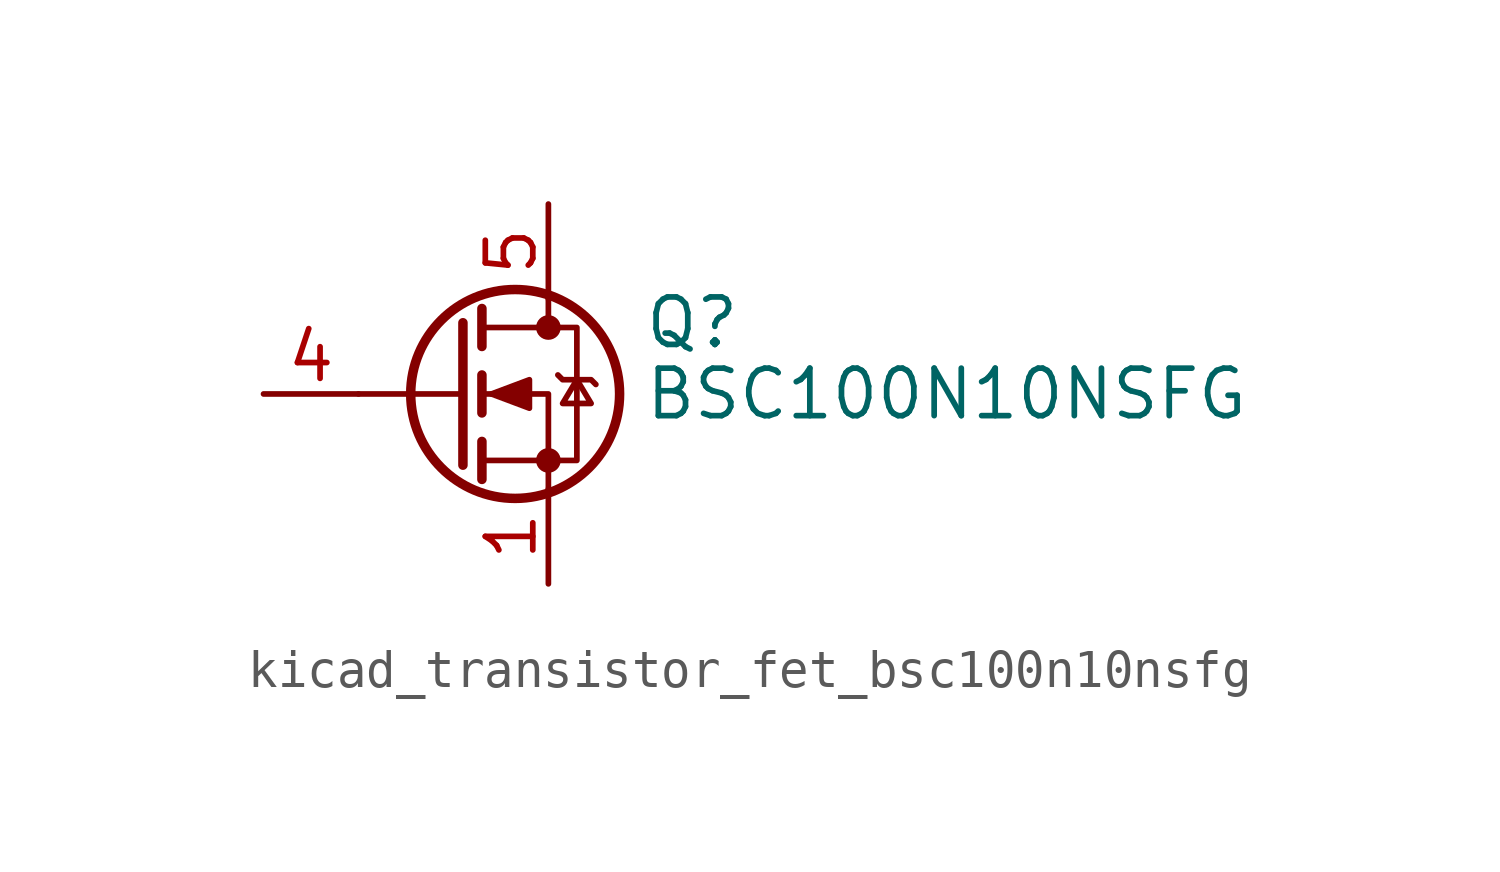
<source format=kicad_sym>
(kicad_symbol_lib
  (version 20220914)
  (generator kicad_symbol_editor)
  (symbol "kicad_transistor_fet_bsc100n10nsfg"
    (pin_names hide)
    (property "Reference" "Q"
      (at 5.08 1.905 0)
      (effects (font (size 1.27 1.27)) (justify left)))
    (property "Value" "BSC100N10NSFG"
      (at 5.08 0 0)
      (effects (font (size 1.27 1.27)) (justify left)))
    (symbol "kicad_transistor_fet_bsc100n10nsfg_0_1"
      (polyline (pts (xy 0.254 0) (xy -2.54 0)) (stroke (width 0) (type default)) (fill (type none)))
      (polyline (pts (xy 0.254 1.905) (xy 0.254 -1.905)) (stroke (width 0.254) (type default)) (fill (type none)))
      (polyline (pts (xy 0.762 -1.27) (xy 0.762 -2.286)) (stroke (width 0.254) (type default)) (fill (type none)))
      (polyline (pts (xy 0.762 0.508) (xy 0.762 -0.508)) (stroke (width 0.254) (type default)) (fill (type none)))
      (polyline (pts (xy 0.762 2.286) (xy 0.762 1.27)) (stroke (width 0.254) (type default)) (fill (type none)))
      (polyline (pts (xy 2.54 2.54) (xy 2.54 1.778)) (stroke (width 0) (type default)) (fill (type none)))
      (polyline (pts (xy 2.54 -2.54) (xy 2.54 0) (xy 0.762 0)) (stroke (width 0) (type default)) (fill (type none)))
      (polyline (pts (xy 0.762 -1.778) (xy 3.302 -1.778) (xy 3.302 1.778) (xy 0.762 1.778)) (stroke (width 0) (type default)) (fill (type none)))
      (polyline (pts (xy 1.016 0) (xy 2.032 0.381) (xy 2.032 -0.381) (xy 1.016 0)) (stroke (width 0) (type default)) (fill (type outline)))
      (polyline (pts (xy 2.794 0.508) (xy 2.921 0.381) (xy 3.683 0.381) (xy 3.81 0.254)) (stroke (width 0) (type default)) (fill (type none)))
      (polyline (pts (xy 3.302 0.381) (xy 2.921 -0.254) (xy 3.683 -0.254) (xy 3.302 0.381)) (stroke (width 0) (type default)) (fill (type none)))
      (circle (center 1.651 0) (radius 2.794) (stroke (width 0.254) (type default)) (fill (type none)))
      (circle (center 2.54 -1.778) (radius 0.254) (stroke (width 0) (type default)) (fill (type outline)))
      (circle (center 2.54 1.778) (radius 0.254) (stroke (width 0) (type default)) (fill (type outline))))
    (symbol "kicad_transistor_fet_bsc100n10nsfg_1_1"
      (pin passive line (at 2.54 -5.08 90) (length 2.54) (name "S" (effects (font (size 1.27 1.27)))) (number "1" (effects (font (size 1.27 1.27)))))
      (pin passive line (at 2.54 -5.08 90) (length 2.54) hide (name "S" (effects (font (size 1.27 1.27)))) (number "2" (effects (font (size 1.27 1.27)))))
      (pin passive line (at 2.54 -5.08 90) (length 2.54) hide (name "S" (effects (font (size 1.27 1.27)))) (number "3" (effects (font (size 1.27 1.27)))))
      (pin passive line (at -5.08 0 0) (length 2.54) (name "G" (effects (font (size 1.27 1.27)))) (number "4" (effects (font (size 1.27 1.27)))))
      (pin passive line (at 2.54 5.08 270) (length 2.54) (name "D" (effects (font (size 1.27 1.27)))) (number "5" (effects (font (size 1.27 1.27))))))))
</source>
